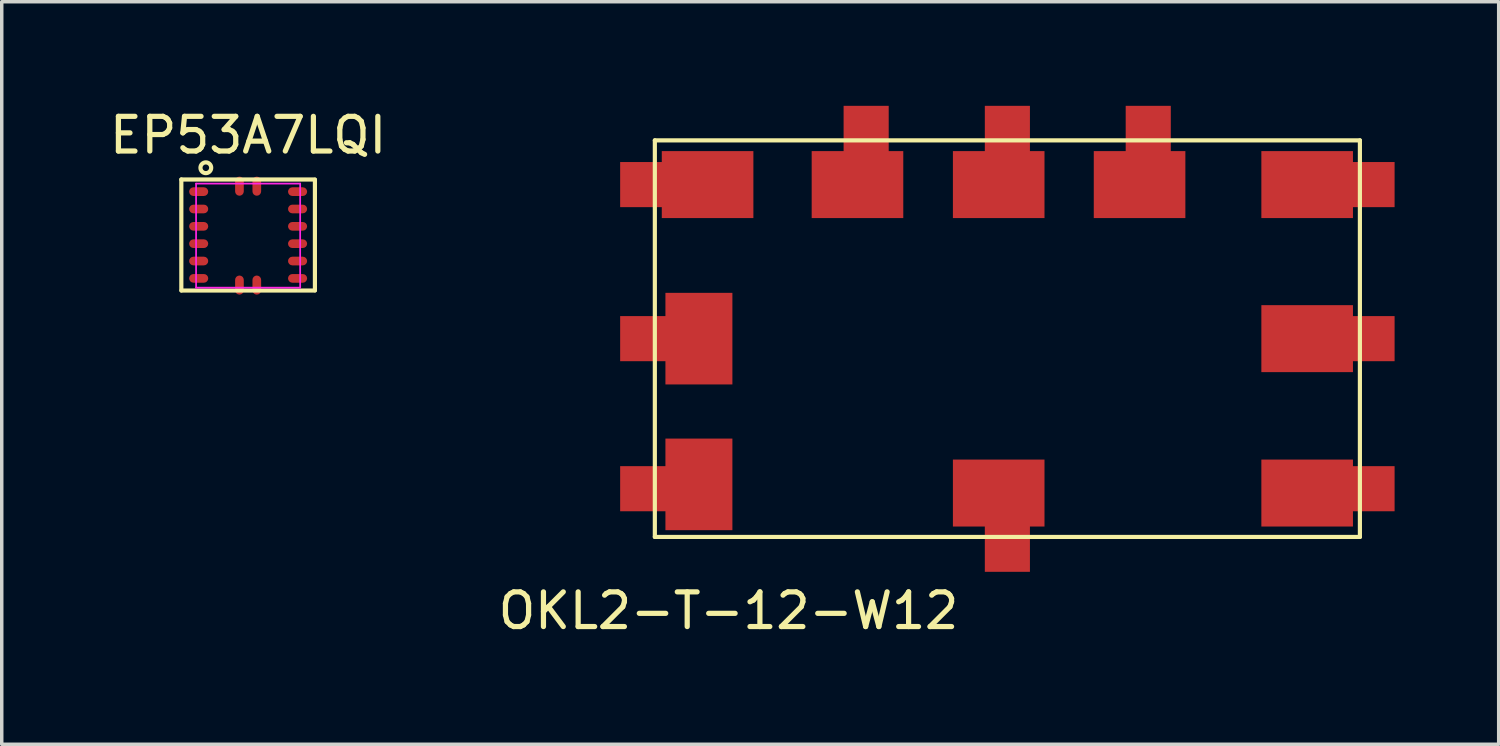
<source format=kicad_pcb>
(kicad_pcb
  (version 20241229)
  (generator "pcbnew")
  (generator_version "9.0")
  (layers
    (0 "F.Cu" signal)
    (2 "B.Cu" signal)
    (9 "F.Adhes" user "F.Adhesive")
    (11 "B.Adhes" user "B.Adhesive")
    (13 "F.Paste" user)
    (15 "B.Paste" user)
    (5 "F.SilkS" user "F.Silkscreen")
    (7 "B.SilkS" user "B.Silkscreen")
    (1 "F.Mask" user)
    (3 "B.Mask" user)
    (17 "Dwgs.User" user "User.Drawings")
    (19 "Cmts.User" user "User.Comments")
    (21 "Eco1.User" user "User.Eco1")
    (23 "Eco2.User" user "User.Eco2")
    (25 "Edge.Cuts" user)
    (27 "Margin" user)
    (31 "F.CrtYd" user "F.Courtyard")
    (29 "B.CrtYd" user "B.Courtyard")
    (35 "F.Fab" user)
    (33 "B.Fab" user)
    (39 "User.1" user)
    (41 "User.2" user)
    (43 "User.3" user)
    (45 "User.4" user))
  (footprint "OKL2-T-12-W12"
    (layer "F.Cu")
    (at 25.983 6.71)
    (property "Reference" "OKL2-T-12-W12" (at -8.037 7.843 0) (layer "F.SilkS") (effects (font (size 1 1) (thickness 0.15))))
    (attr through_hole)
    (fp_line (start -10.16 -5.715) (end -10.16 5.715) (stroke (width 0.12) (type solid)) (layer "F.SilkS"))
    (fp_line (start -10.16 5.715) (end 10.16 5.715) (stroke (width 0.12) (type solid)) (layer "F.SilkS"))
    (fp_line (start 10.16 -5.715) (end -10.16 -5.715) (stroke (width 0.12) (type solid)) (layer "F.SilkS"))
    (fp_line (start 10.16 5.715) (end 10.16 -5.715) (stroke (width 0.12) (type solid)) (layer "F.SilkS"))
    (pad "1" smd custom (at -8.89 4.2) (size 1.93 2.64) (layers "F.Cu" "F.Mask" "F.Paste") (options (anchor rect)) (primitives (gr_poly (pts (xy -0.965 -0.525) (xy -2.27 -0.525) (xy -2.27 0.775) (xy -0.965 0.775)) (width 0) (fill yes))))
    (pad "2" smd custom (at 8.64 4.45) (size 2.64 1.93) (layers "F.Cu" "F.Mask" "F.Paste") (options (anchor rect)) (primitives (gr_poly (pts (xy 1.32 -0.775) (xy 2.52 -0.775) (xy 2.52 0.525) (xy 1.32 0.525)) (width 0) (fill yes))))
    (pad "3" smd custom (at 8.64 -4.44) (size 2.64 1.93) (layers "F.Cu" "F.Mask" "F.Paste") (options (anchor rect)) (primitives (gr_poly (pts (xy 1.32 -0.65) (xy 2.52 -0.65) (xy 2.52 0.65) (xy 1.32 0.65)) (width 0) (fill yes))))
    (pad "4" smd custom (at 3.81 -4.44) (size 2.64 1.93) (layers "F.Cu" "F.Mask" "F.Paste") (options (anchor rect)) (primitives (gr_poly (pts (xy 0.9 -0.965) (xy 0.9 -2.27) (xy -0.4 -2.27) (xy -0.4 -0.965)) (width 0) (fill yes))))
    (pad "5" smd custom (at -0.25 -4.44) (size 2.64 1.93) (layers "F.Cu" "F.Mask" "F.Paste") (options (anchor rect)) (primitives (gr_poly (pts (xy 0.9 -0.965) (xy 0.9 -2.27) (xy -0.4 -2.27) (xy -0.4 -0.965)) (width 0) (fill yes))))
    (pad "6" smd custom (at -4.32 -4.44) (size 2.64 1.93) (layers "F.Cu" "F.Mask" "F.Paste") (options (anchor rect)) (primitives (gr_poly (pts (xy 0.9 -0.965) (xy 0.9 -2.27) (xy -0.4 -2.27) (xy -0.4 -0.965)) (width 0) (fill yes))))
    (pad "7" smd custom (at -8.64 -4.44 180) (size 2.64 1.93) (layers "F.Cu" "F.Mask" "F.Paste") (options (anchor rect)) (primitives (gr_poly (pts (xy 1.32 -0.65) (xy 2.52 -0.65) (xy 2.52 0.65) (xy 1.32 0.65)) (width 0) (fill yes))))
    (pad "8" smd custom (at -8.89 0) (size 1.93 2.64) (layers "F.Cu" "F.Mask" "F.Paste") (options (anchor rect)) (primitives (gr_poly (pts (xy -0.965 -0.65) (xy -2.27 -0.65) (xy -2.27 0.65) (xy -0.965 0.65)) (width 0) (fill yes))))
    (pad "9" smd custom (at -0.25 4.45) (size 2.64 1.93) (layers "F.Cu" "F.Mask" "F.Paste") (options (anchor rect)) (primitives (gr_poly (pts (xy 0.9 0.965) (xy 0.9 2.27) (xy -0.4 2.27) (xy -0.4 0.965)) (width 0) (fill yes))))
    (pad "10" smd custom (at 8.64 0) (size 2.64 1.93) (layers "F.Cu" "F.Mask" "F.Paste") (options (anchor rect)) (primitives (gr_poly (pts (xy 1.32 -0.65) (xy 2.52 -0.65) (xy 2.52 0.65) (xy 1.32 0.65)) (width 0) (fill yes)))))
  (footprint "EP53A7LQI"
    (layer "F.Cu")
    (at 4.101 3.741)
    (property "Reference" "EP53A7LQI" (at 0 -2.893 0) (layer "F.SilkS") (effects (font (size 1 1) (thickness 0.15))))
    (attr smd)
    (fp_line (start -1.925 -1.618) (end 1.925 -1.618) (stroke (width 0.12) (type solid)) (layer "F.SilkS"))
    (fp_line (start -1.925 1.58) (end -1.925 -1.618) (stroke (width 0.12) (type solid)) (layer "F.SilkS"))
    (fp_line (start 1.925 -1.61) (end 1.925 1.575) (stroke (width 0.12) (type solid)) (layer "F.SilkS"))
    (fp_line (start 1.925 1.582) (end -1.92 1.582) (stroke (width 0.12) (type solid)) (layer "F.SilkS"))
    (fp_circle (center -1.219 -1.956) (end -1.064 -1.956) (stroke (width 0.12) (type solid)) (fill no) (layer "F.SilkS"))
    (fp_line (start -1.5 -1.5) (end -1.5 1.5) (stroke (width 0.05) (type solid)) (layer "F.CrtYd"))
    (fp_line (start -1.5 -1.5) (end 1.5 -1.5) (stroke (width 0.05) (type solid)) (layer "F.CrtYd"))
    (fp_line (start 1.5 -1.5) (end 1.5 1.5) (stroke (width 0.05) (type solid)) (layer "F.CrtYd"))
    (fp_line (start 1.5 1.5) (end -1.5 1.5) (stroke (width 0.05) (type solid)) (layer "F.CrtYd"))
    (pad "1" smd roundrect (at -1.425 -1.268 270) (size 0.25 0.55) (layers "F.Cu" "F.Mask" "F.Paste") (roundrect_rratio 0.5))
    (pad "2" smd roundrect (at -1.425 -0.768 270) (size 0.25 0.55) (layers "F.Cu" "F.Mask" "F.Paste") (roundrect_rratio 0.5))
    (pad "3" smd roundrect (at -1.425 -0.268 270) (size 0.25 0.55) (layers "F.Cu" "F.Mask" "F.Paste") (roundrect_rratio 0.5))
    (pad "4" smd roundrect (at -1.425 0.232 270) (size 0.25 0.55) (layers "F.Cu" "F.Mask" "F.Paste") (roundrect_rratio 0.5))
    (pad "5" smd roundrect (at -1.425 0.732 270) (size 0.25 0.55) (layers "F.Cu" "F.Mask" "F.Paste") (roundrect_rratio 0.5))
    (pad "6" smd roundrect (at -1.425 1.232 270) (size 0.25 0.55) (layers "F.Cu" "F.Mask" "F.Paste") (roundrect_rratio 0.5))
    (pad "7" smd roundrect (at -0.25 1.425) (size 0.25 0.55) (layers "F.Cu" "F.Mask" "F.Paste") (roundrect_rratio 0.5))
    (pad "8" smd roundrect (at 0.25 1.425 180) (size 0.25 0.55) (layers "F.Cu" "F.Mask" "F.Paste") (roundrect_rratio 0.5))
    (pad "9" smd roundrect (at 1.425 1.232 270) (size 0.25 0.55) (layers "F.Cu" "F.Mask" "F.Paste") (roundrect_rratio 0.5))
    (pad "10" smd roundrect (at 1.425 0.732 270) (size 0.25 0.55) (layers "F.Cu" "F.Mask" "F.Paste") (roundrect_rratio 0.5))
    (pad "11" smd roundrect (at 1.425 0.232 270) (size 0.25 0.55) (layers "F.Cu" "F.Mask" "F.Paste") (roundrect_rratio 0.5))
    (pad "12" smd roundrect (at 1.425 -0.268 270) (size 0.25 0.55) (layers "F.Cu" "F.Mask" "F.Paste") (roundrect_rratio 0.5))
    (pad "13" smd roundrect (at 1.425 -0.768 270) (size 0.25 0.55) (layers "F.Cu" "F.Mask" "F.Paste") (roundrect_rratio 0.5))
    (pad "14" smd roundrect (at 1.425 -1.268 270) (size 0.25 0.55) (layers "F.Cu" "F.Mask" "F.Paste") (roundrect_rratio 0.5))
    (pad "15" smd roundrect (at 0.25 -1.425) (size 0.25 0.55) (layers "F.Cu" "F.Mask" "F.Paste") (roundrect_rratio 0.5))
    (pad "16" smd roundrect (at -0.25 -1.425) (size 0.25 0.55) (layers "F.Cu" "F.Mask" "F.Paste") (roundrect_rratio 0.5)))
  (gr_rect
    (start -3 -3)
    (end 40.143 18.401)
    (stroke (width 0.1) (type default))
    (fill no)
    (layer "Edge.Cuts")))
</source>
